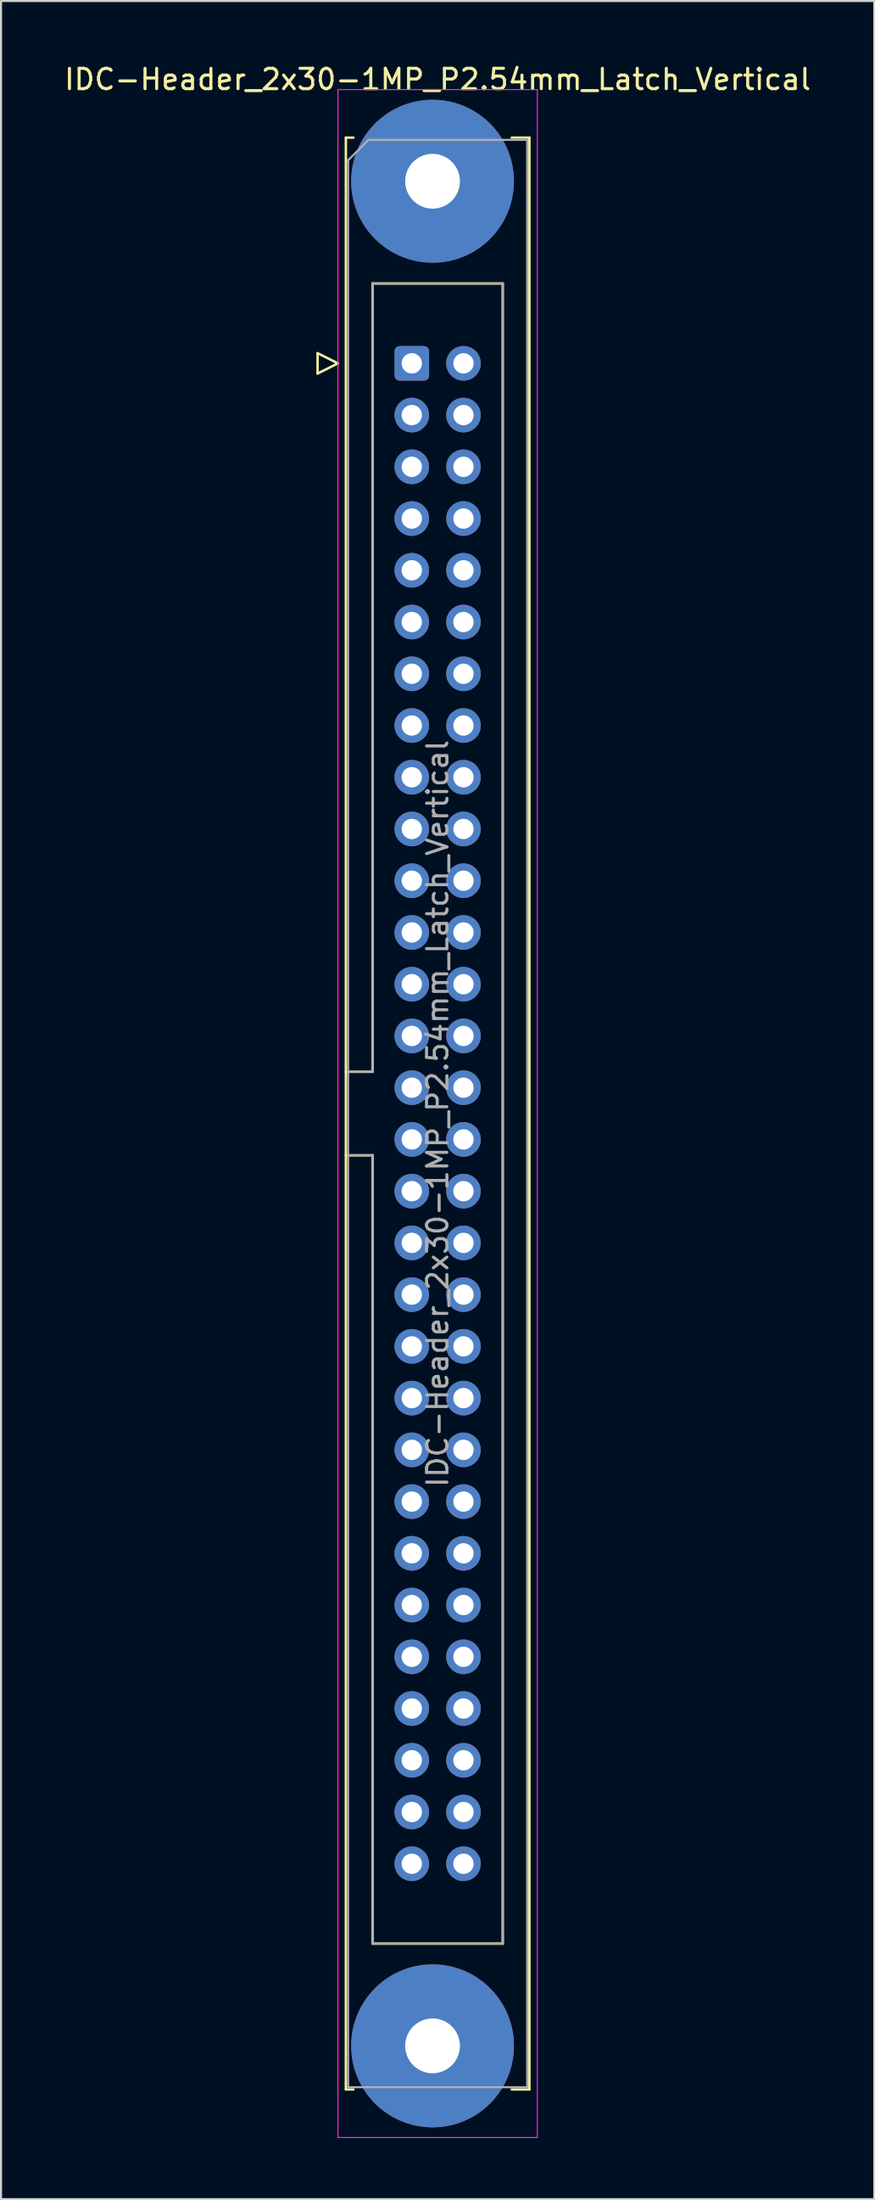
<source format=kicad_pcb>
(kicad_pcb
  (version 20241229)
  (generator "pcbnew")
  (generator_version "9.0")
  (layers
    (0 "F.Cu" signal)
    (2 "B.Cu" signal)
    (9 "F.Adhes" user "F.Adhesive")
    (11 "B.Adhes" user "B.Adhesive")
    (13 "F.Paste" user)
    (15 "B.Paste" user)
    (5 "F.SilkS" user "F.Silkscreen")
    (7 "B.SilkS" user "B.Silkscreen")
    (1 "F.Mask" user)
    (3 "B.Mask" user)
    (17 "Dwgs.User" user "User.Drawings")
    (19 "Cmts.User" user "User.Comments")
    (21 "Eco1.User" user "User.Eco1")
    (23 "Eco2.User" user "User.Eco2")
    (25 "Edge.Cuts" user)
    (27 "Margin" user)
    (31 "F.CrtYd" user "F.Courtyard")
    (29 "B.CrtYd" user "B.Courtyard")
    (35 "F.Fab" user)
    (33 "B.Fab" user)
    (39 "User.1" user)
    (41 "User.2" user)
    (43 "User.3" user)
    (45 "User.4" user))
  (footprint "IDC-Header_2x30-1MP_P2.54mm_Latch_Vertical"
    (layer "F.Cu")
    (at 17.188 14.788)
    (property "Reference" "IDC-Header_2x30-1MP_P2.54mm_Latch_Vertical" (at 1.27 -13.94 0) (layer "F.SilkS") (effects (font (size 1 1) (thickness 0.15))))
    (attr through_hole)
    (fp_line (start -4.63 -0.5) (end -4.63 0.5) (stroke (width 0.12) (type solid)) (layer "F.SilkS"))
    (fp_line (start -4.63 0.5) (end -3.63 0) (stroke (width 0.12) (type solid)) (layer "F.SilkS"))
    (fp_line (start -3.63 0) (end -4.63 -0.5) (stroke (width 0.12) (type solid)) (layer "F.SilkS"))
    (fp_line (start -3.24 -11.08) (end -3.24 84.74) (stroke (width 0.12) (type solid)) (layer "F.SilkS"))
    (fp_line (start -3.24 34.78) (end -1.93 34.78) (stroke (width 0.12) (type solid)) (layer "F.SilkS"))
    (fp_line (start -3.24 84.74) (end -2.87 84.74) (stroke (width 0.12) (type solid)) (layer "F.SilkS"))
    (fp_line (start -2.87 -11.08) (end -3.24 -11.08) (stroke (width 0.12) (type solid)) (layer "F.SilkS"))
    (fp_line (start -1.93 -3.92) (end 4.47 -3.92) (stroke (width 0.12) (type solid)) (layer "F.SilkS"))
    (fp_line (start -1.93 34.78) (end -1.93 -3.92) (stroke (width 0.12) (type solid)) (layer "F.SilkS"))
    (fp_line (start -1.93 38.88) (end -3.24 38.88) (stroke (width 0.12) (type solid)) (layer "F.SilkS"))
    (fp_line (start -1.93 38.88) (end -1.93 38.88) (stroke (width 0.12) (type solid)) (layer "F.SilkS"))
    (fp_line (start -1.93 77.58) (end -1.93 38.88) (stroke (width 0.12) (type solid)) (layer "F.SilkS"))
    (fp_line (start 4.47 -3.92) (end 4.47 77.58) (stroke (width 0.12) (type solid)) (layer "F.SilkS"))
    (fp_line (start 4.47 77.58) (end -1.93 77.58) (stroke (width 0.12) (type solid)) (layer "F.SilkS"))
    (fp_line (start 4.91 -11.08) (end 5.78 -11.08) (stroke (width 0.12) (type solid)) (layer "F.SilkS"))
    (fp_line (start 5.78 -11.08) (end 5.78 84.74) (stroke (width 0.12) (type solid)) (layer "F.SilkS"))
    (fp_line (start 5.78 84.74) (end 4.91 84.74) (stroke (width 0.12) (type solid)) (layer "F.SilkS"))
    (fp_line (start -3.63 -13.44) (end -3.63 87.1) (stroke (width 0.05) (type solid)) (layer "F.CrtYd"))
    (fp_line (start -3.63 87.1) (end 6.17 87.1) (stroke (width 0.05) (type solid)) (layer "F.CrtYd"))
    (fp_line (start 6.17 -13.44) (end -3.63 -13.44) (stroke (width 0.05) (type solid)) (layer "F.CrtYd"))
    (fp_line (start 6.17 87.1) (end 6.17 -13.44) (stroke (width 0.05) (type solid)) (layer "F.CrtYd"))
    (fp_line (start -3.13 -9.97) (end -2.13 -10.97) (stroke (width 0.1) (type solid)) (layer "F.Fab"))
    (fp_line (start -3.13 34.78) (end -1.93 34.78) (stroke (width 0.1) (type solid)) (layer "F.Fab"))
    (fp_line (start -3.13 84.63) (end -3.13 -9.97) (stroke (width 0.1) (type solid)) (layer "F.Fab"))
    (fp_line (start -2.13 -10.97) (end 5.67 -10.97) (stroke (width 0.1) (type solid)) (layer "F.Fab"))
    (fp_line (start -1.93 -3.92) (end 4.47 -3.92) (stroke (width 0.1) (type solid)) (layer "F.Fab"))
    (fp_line (start -1.93 34.78) (end -1.93 -3.92) (stroke (width 0.1) (type solid)) (layer "F.Fab"))
    (fp_line (start -1.93 38.88) (end -3.13 38.88) (stroke (width 0.1) (type solid)) (layer "F.Fab"))
    (fp_line (start -1.93 38.88) (end -1.93 38.88) (stroke (width 0.1) (type solid)) (layer "F.Fab"))
    (fp_line (start -1.93 77.58) (end -1.93 38.88) (stroke (width 0.1) (type solid)) (layer "F.Fab"))
    (fp_line (start 4.47 -3.92) (end 4.47 77.58) (stroke (width 0.1) (type solid)) (layer "F.Fab"))
    (fp_line (start 4.47 77.58) (end -1.93 77.58) (stroke (width 0.1) (type solid)) (layer "F.Fab"))
    (fp_line (start 5.67 -10.97) (end 5.67 84.63) (stroke (width 0.1) (type solid)) (layer "F.Fab"))
    (fp_line (start 5.67 84.63) (end -3.13 84.63) (stroke (width 0.1) (type solid)) (layer "F.Fab"))
    (fp_text user "${REFERENCE}" (at 1.27 36.83 90) (layer "F.Fab") (effects (font (size 1 1) (thickness 0.15))))
    (pad "1" thru_hole roundrect (at 0 0) (size 1.7 1.7) (drill 1) (layers "*.Cu" "*.Mask") (roundrect_rratio 0.147))
    (pad "2" thru_hole circle (at 2.54 0) (size 1.7 1.7) (drill 1) (layers "*.Cu" "*.Mask"))
    (pad "3" thru_hole circle (at 0 2.54) (size 1.7 1.7) (drill 1) (layers "*.Cu" "*.Mask"))
    (pad "4" thru_hole circle (at 2.54 2.54) (size 1.7 1.7) (drill 1) (layers "*.Cu" "*.Mask"))
    (pad "5" thru_hole circle (at 0 5.08) (size 1.7 1.7) (drill 1) (layers "*.Cu" "*.Mask"))
    (pad "6" thru_hole circle (at 2.54 5.08) (size 1.7 1.7) (drill 1) (layers "*.Cu" "*.Mask"))
    (pad "7" thru_hole circle (at 0 7.62) (size 1.7 1.7) (drill 1) (layers "*.Cu" "*.Mask"))
    (pad "8" thru_hole circle (at 2.54 7.62) (size 1.7 1.7) (drill 1) (layers "*.Cu" "*.Mask"))
    (pad "9" thru_hole circle (at 0 10.16) (size 1.7 1.7) (drill 1) (layers "*.Cu" "*.Mask"))
    (pad "10" thru_hole circle (at 2.54 10.16) (size 1.7 1.7) (drill 1) (layers "*.Cu" "*.Mask"))
    (pad "11" thru_hole circle (at 0 12.7) (size 1.7 1.7) (drill 1) (layers "*.Cu" "*.Mask"))
    (pad "12" thru_hole circle (at 2.54 12.7) (size 1.7 1.7) (drill 1) (layers "*.Cu" "*.Mask"))
    (pad "13" thru_hole circle (at 0 15.24) (size 1.7 1.7) (drill 1) (layers "*.Cu" "*.Mask"))
    (pad "14" thru_hole circle (at 2.54 15.24) (size 1.7 1.7) (drill 1) (layers "*.Cu" "*.Mask"))
    (pad "15" thru_hole circle (at 0 17.78) (size 1.7 1.7) (drill 1) (layers "*.Cu" "*.Mask"))
    (pad "16" thru_hole circle (at 2.54 17.78) (size 1.7 1.7) (drill 1) (layers "*.Cu" "*.Mask"))
    (pad "17" thru_hole circle (at 0 20.32) (size 1.7 1.7) (drill 1) (layers "*.Cu" "*.Mask"))
    (pad "18" thru_hole circle (at 2.54 20.32) (size 1.7 1.7) (drill 1) (layers "*.Cu" "*.Mask"))
    (pad "19" thru_hole circle (at 0 22.86) (size 1.7 1.7) (drill 1) (layers "*.Cu" "*.Mask"))
    (pad "20" thru_hole circle (at 2.54 22.86) (size 1.7 1.7) (drill 1) (layers "*.Cu" "*.Mask"))
    (pad "21" thru_hole circle (at 0 25.4) (size 1.7 1.7) (drill 1) (layers "*.Cu" "*.Mask"))
    (pad "22" thru_hole circle (at 2.54 25.4) (size 1.7 1.7) (drill 1) (layers "*.Cu" "*.Mask"))
    (pad "23" thru_hole circle (at 0 27.94) (size 1.7 1.7) (drill 1) (layers "*.Cu" "*.Mask"))
    (pad "24" thru_hole circle (at 2.54 27.94) (size 1.7 1.7) (drill 1) (layers "*.Cu" "*.Mask"))
    (pad "25" thru_hole circle (at 0 30.48) (size 1.7 1.7) (drill 1) (layers "*.Cu" "*.Mask"))
    (pad "26" thru_hole circle (at 2.54 30.48) (size 1.7 1.7) (drill 1) (layers "*.Cu" "*.Mask"))
    (pad "27" thru_hole circle (at 0 33.02) (size 1.7 1.7) (drill 1) (layers "*.Cu" "*.Mask"))
    (pad "28" thru_hole circle (at 2.54 33.02) (size 1.7 1.7) (drill 1) (layers "*.Cu" "*.Mask"))
    (pad "29" thru_hole circle (at 0 35.56) (size 1.7 1.7) (drill 1) (layers "*.Cu" "*.Mask"))
    (pad "30" thru_hole circle (at 2.54 35.56) (size 1.7 1.7) (drill 1) (layers "*.Cu" "*.Mask"))
    (pad "31" thru_hole circle (at 0 38.1) (size 1.7 1.7) (drill 1) (layers "*.Cu" "*.Mask"))
    (pad "32" thru_hole circle (at 2.54 38.1) (size 1.7 1.7) (drill 1) (layers "*.Cu" "*.Mask"))
    (pad "33" thru_hole circle (at 0 40.64) (size 1.7 1.7) (drill 1) (layers "*.Cu" "*.Mask"))
    (pad "34" thru_hole circle (at 2.54 40.64) (size 1.7 1.7) (drill 1) (layers "*.Cu" "*.Mask"))
    (pad "35" thru_hole circle (at 0 43.18) (size 1.7 1.7) (drill 1) (layers "*.Cu" "*.Mask"))
    (pad "36" thru_hole circle (at 2.54 43.18) (size 1.7 1.7) (drill 1) (layers "*.Cu" "*.Mask"))
    (pad "37" thru_hole circle (at 0 45.72) (size 1.7 1.7) (drill 1) (layers "*.Cu" "*.Mask"))
    (pad "38" thru_hole circle (at 2.54 45.72) (size 1.7 1.7) (drill 1) (layers "*.Cu" "*.Mask"))
    (pad "39" thru_hole circle (at 0 48.26) (size 1.7 1.7) (drill 1) (layers "*.Cu" "*.Mask"))
    (pad "40" thru_hole circle (at 2.54 48.26) (size 1.7 1.7) (drill 1) (layers "*.Cu" "*.Mask"))
    (pad "41" thru_hole circle (at 0 50.8) (size 1.7 1.7) (drill 1) (layers "*.Cu" "*.Mask"))
    (pad "42" thru_hole circle (at 2.54 50.8) (size 1.7 1.7) (drill 1) (layers "*.Cu" "*.Mask"))
    (pad "43" thru_hole circle (at 0 53.34) (size 1.7 1.7) (drill 1) (layers "*.Cu" "*.Mask"))
    (pad "44" thru_hole circle (at 2.54 53.34) (size 1.7 1.7) (drill 1) (layers "*.Cu" "*.Mask"))
    (pad "45" thru_hole circle (at 0 55.88) (size 1.7 1.7) (drill 1) (layers "*.Cu" "*.Mask"))
    (pad "46" thru_hole circle (at 2.54 55.88) (size 1.7 1.7) (drill 1) (layers "*.Cu" "*.Mask"))
    (pad "47" thru_hole circle (at 0 58.42) (size 1.7 1.7) (drill 1) (layers "*.Cu" "*.Mask"))
    (pad "48" thru_hole circle (at 2.54 58.42) (size 1.7 1.7) (drill 1) (layers "*.Cu" "*.Mask"))
    (pad "49" thru_hole circle (at 0 60.96) (size 1.7 1.7) (drill 1) (layers "*.Cu" "*.Mask"))
    (pad "50" thru_hole circle (at 2.54 60.96) (size 1.7 1.7) (drill 1) (layers "*.Cu" "*.Mask"))
    (pad "51" thru_hole circle (at 0 63.5) (size 1.7 1.7) (drill 1) (layers "*.Cu" "*.Mask"))
    (pad "52" thru_hole circle (at 2.54 63.5) (size 1.7 1.7) (drill 1) (layers "*.Cu" "*.Mask"))
    (pad "53" thru_hole circle (at 0 66.04) (size 1.7 1.7) (drill 1) (layers "*.Cu" "*.Mask"))
    (pad "54" thru_hole circle (at 2.54 66.04) (size 1.7 1.7) (drill 1) (layers "*.Cu" "*.Mask"))
    (pad "55" thru_hole circle (at 0 68.58) (size 1.7 1.7) (drill 1) (layers "*.Cu" "*.Mask"))
    (pad "56" thru_hole circle (at 2.54 68.58) (size 1.7 1.7) (drill 1) (layers "*.Cu" "*.Mask"))
    (pad "57" thru_hole circle (at 0 71.12) (size 1.7 1.7) (drill 1) (layers "*.Cu" "*.Mask"))
    (pad "58" thru_hole circle (at 2.54 71.12) (size 1.7 1.7) (drill 1) (layers "*.Cu" "*.Mask"))
    (pad "59" thru_hole circle (at 0 73.66) (size 1.7 1.7) (drill 1) (layers "*.Cu" "*.Mask"))
    (pad "60" thru_hole circle (at 2.54 73.66) (size 1.7 1.7) (drill 1) (layers "*.Cu" "*.Mask"))
    (pad "MP" thru_hole circle (at 1.02 -8.94) (size 8 8) (drill 2.69) (layers "*.Cu" "*.Mask"))
    (pad "MP" thru_hole circle (at 1.02 82.6) (size 8 8) (drill 2.69) (layers "*.Cu" "*.Mask")))
  (gr_rect
    (start -3 -3)
    (end 39.917 104.913)
    (stroke (width 0.1) (type default))
    (fill no)
    (layer "Edge.Cuts")))
</source>
